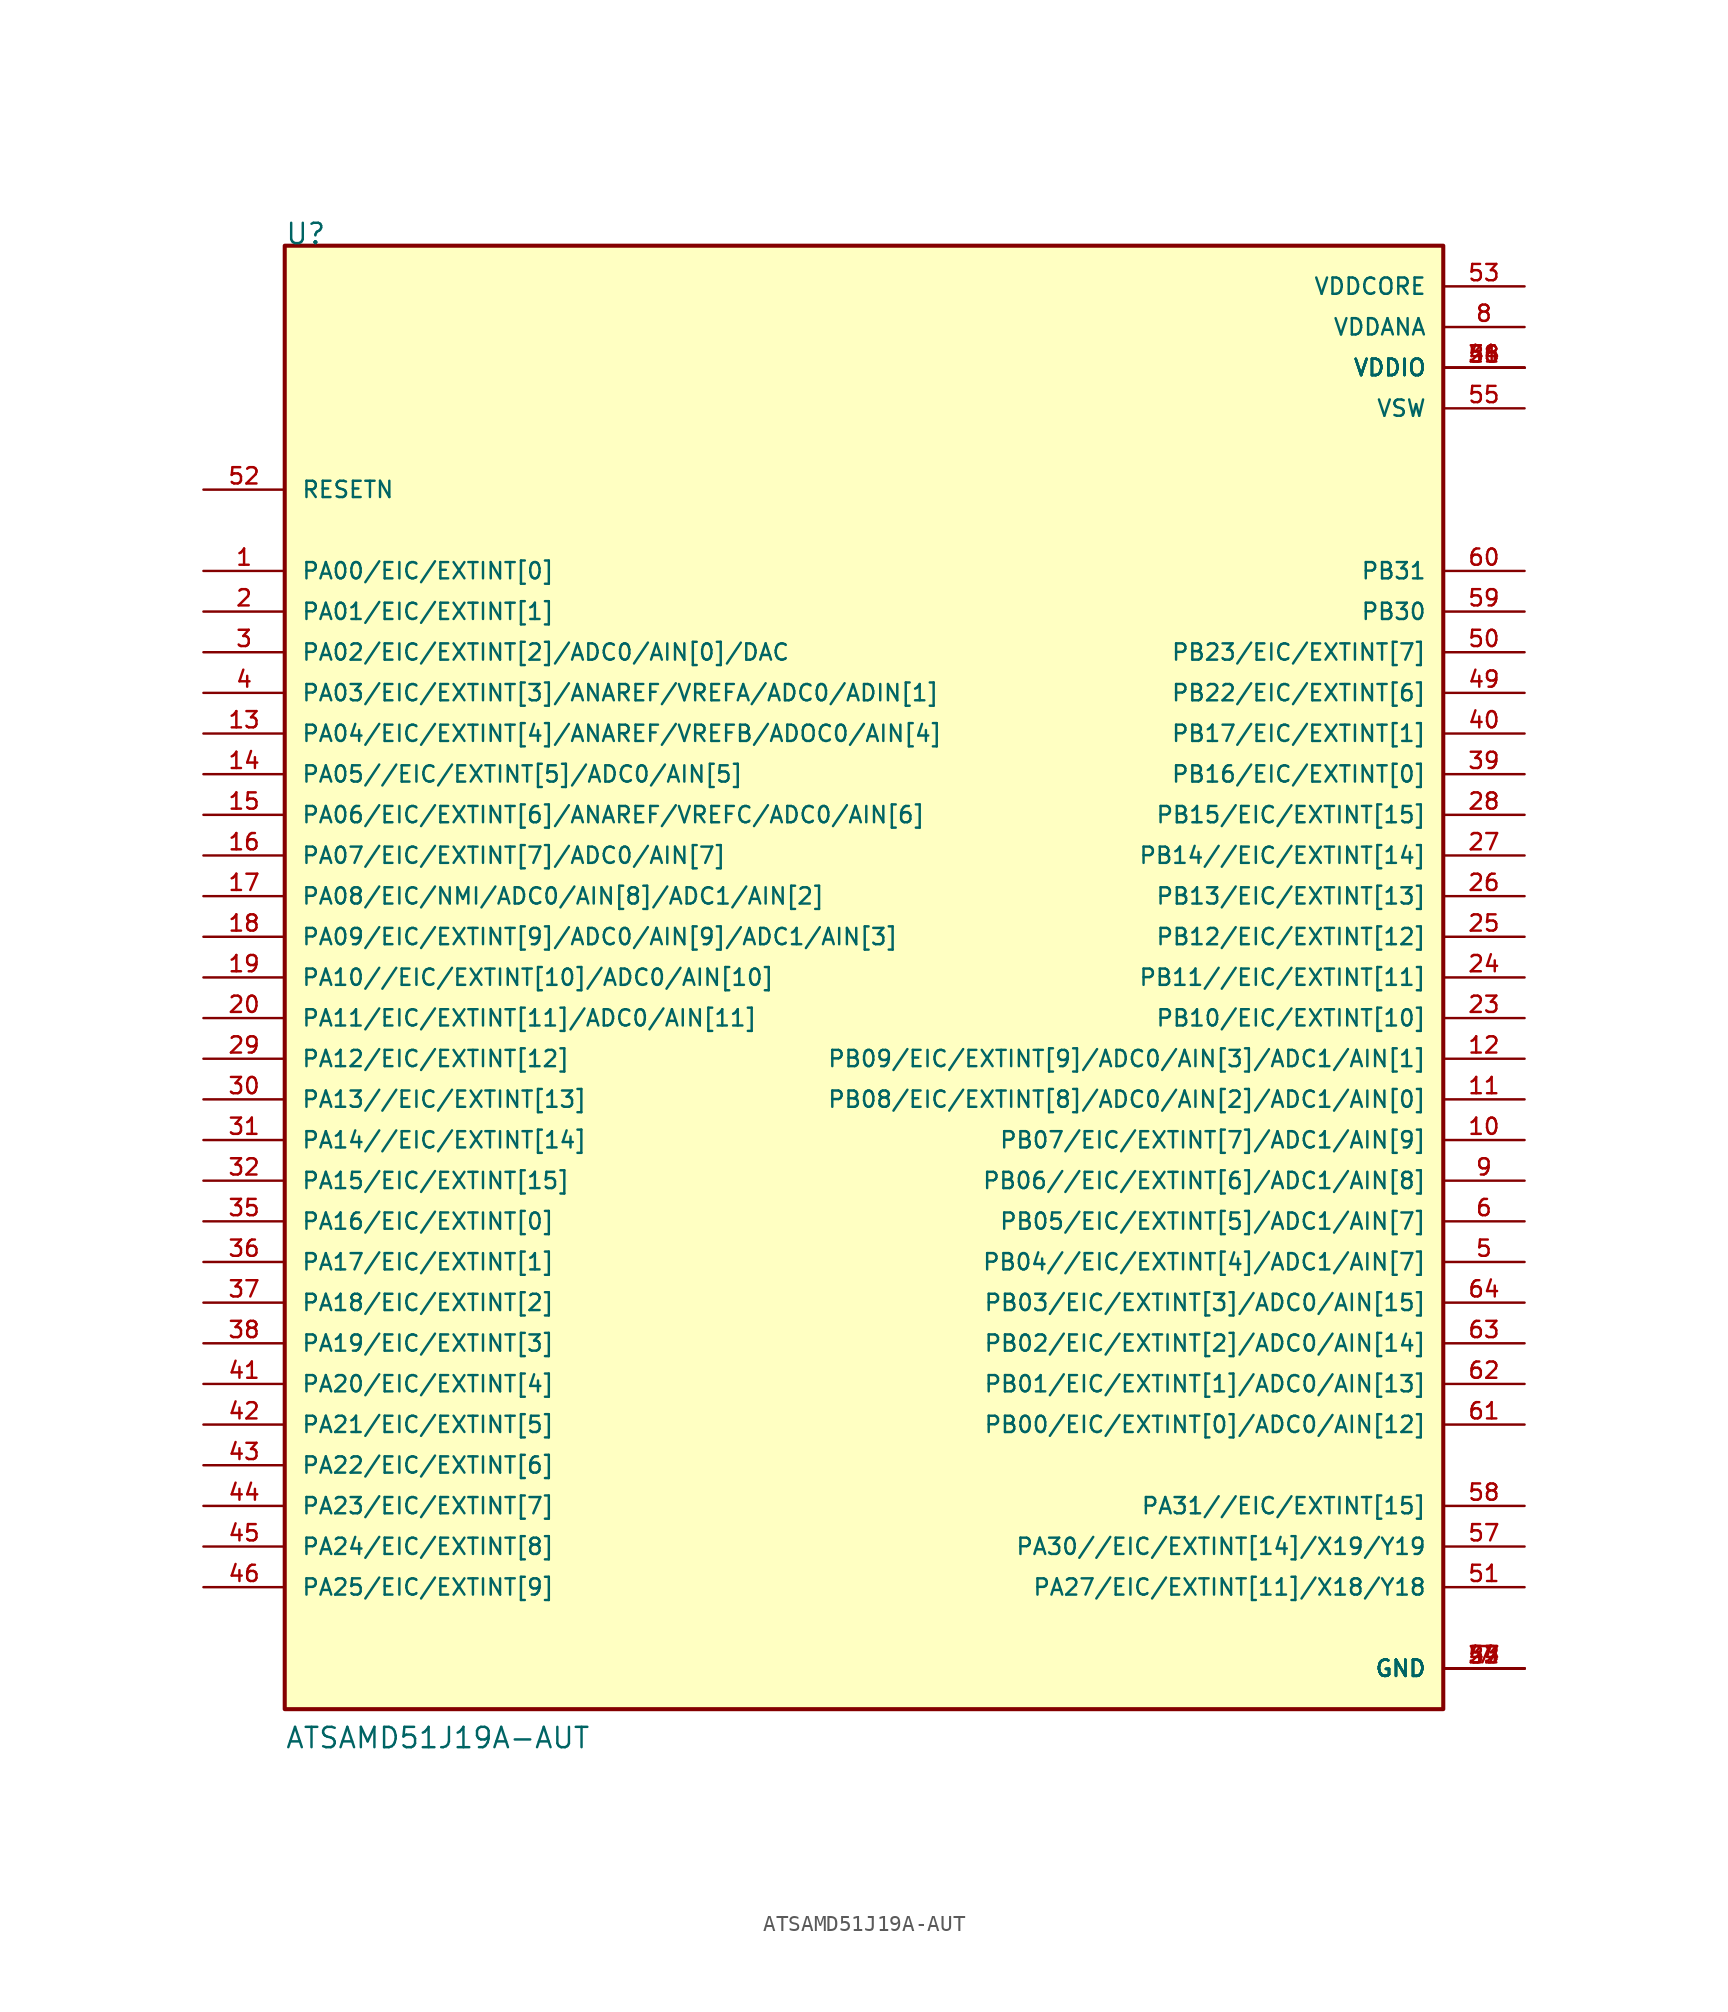
<source format=kicad_sym>
(kicad_symbol_lib
  (version 20211014)
  (generator kicad_symbol_editor)
  (symbol "ATSAMD51J19A-AUT"
    (pin_names
      (offset 1.016))
    (property "Reference" "U"
      (at -43.18 45.72 0)
      (effects (font (size 1.27 1.27)) (justify left bottom)))
    (property "Value" "ATSAMD51J19A-AUT"
      (at -43.18 -48.26 0)
      (effects (font (size 1.27 1.27)) (justify left bottom)))
    (symbol "ATSAMD51J19A-AUT_0_0"
      (rectangle (start -43.18 -45.72) (end 29.21 45.72) (stroke (width 0.254) (type default) (color 0 0 0 0)) (fill (type background)))
      (pin bidirectional line (at -48.26 25.4 0) (length 5.08) (name "PA00/EIC/EXTINT[0]" (effects (font (size 1.016 1.016)))) (number "1" (effects (font (size 1.016 1.016)))))
      (pin bidirectional line (at 34.29 -10.16 180) (length 5.08) (name "PB07/EIC/EXTINT[7]/ADC1/AIN[9]" (effects (font (size 1.016 1.016)))) (number "10" (effects (font (size 1.016 1.016)))))
      (pin bidirectional line (at 34.29 -7.62 180) (length 5.08) (name "PB08/EIC/EXTINT[8]/ADC0/AIN[2]/ADC1/AIN[0]" (effects (font (size 1.016 1.016)))) (number "11" (effects (font (size 1.016 1.016)))))
      (pin bidirectional line (at 34.29 -5.08 180) (length 5.08) (name "PB09/EIC/EXTINT[9]/ADC0/AIN[3]/ADC1/AIN[1]" (effects (font (size 1.016 1.016)))) (number "12" (effects (font (size 1.016 1.016)))))
      (pin bidirectional line (at -48.26 15.24 0) (length 5.08) (name "PA04/EIC/EXTINT[4]/ANAREF/VREFB/ADOC0/AIN[4]" (effects (font (size 1.016 1.016)))) (number "13" (effects (font (size 1.016 1.016)))))
      (pin bidirectional line (at -48.26 12.7 0) (length 5.08) (name "PA05//EIC/EXTINT[5]/ADC0/AIN[5]" (effects (font (size 1.016 1.016)))) (number "14" (effects (font (size 1.016 1.016)))))
      (pin bidirectional line (at -48.26 10.16 0) (length 5.08) (name "PA06/EIC/EXTINT[6]/ANAREF/VREFC/ADC0/AIN[6]" (effects (font (size 1.016 1.016)))) (number "15" (effects (font (size 1.016 1.016)))))
      (pin bidirectional line (at -48.26 7.62 0) (length 5.08) (name "PA07/EIC/EXTINT[7]/ADC0/AIN[7]" (effects (font (size 1.016 1.016)))) (number "16" (effects (font (size 1.016 1.016)))))
      (pin bidirectional line (at -48.26 5.08 0) (length 5.08) (name "PA08/EIC/NMI/ADC0/AIN[8]/ADC1/AIN[2]" (effects (font (size 1.016 1.016)))) (number "17" (effects (font (size 1.016 1.016)))))
      (pin bidirectional line (at -48.26 2.54 0) (length 5.08) (name "PA09/EIC/EXTINT[9]/ADC0/AIN[9]/ADC1/AIN[3]" (effects (font (size 1.016 1.016)))) (number "18" (effects (font (size 1.016 1.016)))))
      (pin bidirectional line (at -48.26 0 0) (length 5.08) (name "PA10//EIC/EXTINT[10]/ADC0/AIN[10]" (effects (font (size 1.016 1.016)))) (number "19" (effects (font (size 1.016 1.016)))))
      (pin bidirectional line (at -48.26 22.86 0) (length 5.08) (name "PA01/EIC/EXTINT[1]" (effects (font (size 1.016 1.016)))) (number "2" (effects (font (size 1.016 1.016)))))
      (pin bidirectional line (at -48.26 -2.54 0) (length 5.08) (name "PA11/EIC/EXTINT[11]/ADC0/AIN[11]" (effects (font (size 1.016 1.016)))) (number "20" (effects (font (size 1.016 1.016)))))
      (pin power_in line (at 34.29 38.1 180) (length 5.08) (name "VDDIO" (effects (font (size 1.016 1.016)))) (number "21" (effects (font (size 1.016 1.016)))))
      (pin power_in line (at 34.29 -43.18 180) (length 5.08) (name "GND" (effects (font (size 1.016 1.016)))) (number "22" (effects (font (size 1.016 1.016)))))
      (pin bidirectional line (at 34.29 -2.54 180) (length 5.08) (name "PB10/EIC/EXTINT[10]" (effects (font (size 1.016 1.016)))) (number "23" (effects (font (size 1.016 1.016)))))
      (pin bidirectional line (at 34.29 0 180) (length 5.08) (name "PB11//EIC/EXTINT[11]" (effects (font (size 1.016 1.016)))) (number "24" (effects (font (size 1.016 1.016)))))
      (pin bidirectional line (at 34.29 2.54 180) (length 5.08) (name "PB12/EIC/EXTINT[12]" (effects (font (size 1.016 1.016)))) (number "25" (effects (font (size 1.016 1.016)))))
      (pin bidirectional line (at 34.29 5.08 180) (length 5.08) (name "PB13/EIC/EXTINT[13]" (effects (font (size 1.016 1.016)))) (number "26" (effects (font (size 1.016 1.016)))))
      (pin bidirectional line (at 34.29 7.62 180) (length 5.08) (name "PB14//EIC/EXTINT[14]" (effects (font (size 1.016 1.016)))) (number "27" (effects (font (size 1.016 1.016)))))
      (pin bidirectional line (at 34.29 10.16 180) (length 5.08) (name "PB15/EIC/EXTINT[15]" (effects (font (size 1.016 1.016)))) (number "28" (effects (font (size 1.016 1.016)))))
      (pin bidirectional line (at -48.26 -5.08 0) (length 5.08) (name "PA12/EIC/EXTINT[12]" (effects (font (size 1.016 1.016)))) (number "29" (effects (font (size 1.016 1.016)))))
      (pin bidirectional line (at -48.26 20.32 0) (length 5.08) (name "PA02/EIC/EXTINT[2]/ADC0/AIN[0]/DAC" (effects (font (size 1.016 1.016)))) (number "3" (effects (font (size 1.016 1.016)))))
      (pin bidirectional line (at -48.26 -7.62 0) (length 5.08) (name "PA13//EIC/EXTINT[13]" (effects (font (size 1.016 1.016)))) (number "30" (effects (font (size 1.016 1.016)))))
      (pin bidirectional line (at -48.26 -10.16 0) (length 5.08) (name "PA14//EIC/EXTINT[14]" (effects (font (size 1.016 1.016)))) (number "31" (effects (font (size 1.016 1.016)))))
      (pin bidirectional line (at -48.26 -12.7 0) (length 5.08) (name "PA15/EIC/EXTINT[15]" (effects (font (size 1.016 1.016)))) (number "32" (effects (font (size 1.016 1.016)))))
      (pin power_in line (at 34.29 -43.18 180) (length 5.08) (name "GND" (effects (font (size 1.016 1.016)))) (number "33" (effects (font (size 1.016 1.016)))))
      (pin power_in line (at 34.29 38.1 180) (length 5.08) (name "VDDIO" (effects (font (size 1.016 1.016)))) (number "34" (effects (font (size 1.016 1.016)))))
      (pin bidirectional line (at -48.26 -15.24 0) (length 5.08) (name "PA16/EIC/EXTINT[0]" (effects (font (size 1.016 1.016)))) (number "35" (effects (font (size 1.016 1.016)))))
      (pin bidirectional line (at -48.26 -17.78 0) (length 5.08) (name "PA17/EIC/EXTINT[1]" (effects (font (size 1.016 1.016)))) (number "36" (effects (font (size 1.016 1.016)))))
      (pin bidirectional line (at -48.26 -20.32 0) (length 5.08) (name "PA18/EIC/EXTINT[2]" (effects (font (size 1.016 1.016)))) (number "37" (effects (font (size 1.016 1.016)))))
      (pin bidirectional line (at -48.26 -22.86 0) (length 5.08) (name "PA19/EIC/EXTINT[3]" (effects (font (size 1.016 1.016)))) (number "38" (effects (font (size 1.016 1.016)))))
      (pin bidirectional line (at 34.29 12.7 180) (length 5.08) (name "PB16/EIC/EXTINT[0]" (effects (font (size 1.016 1.016)))) (number "39" (effects (font (size 1.016 1.016)))))
      (pin bidirectional line (at -48.26 17.78 0) (length 5.08) (name "PA03/EIC/EXTINT[3]/ANAREF/VREFA/ADC0/ADIN[1]" (effects (font (size 1.016 1.016)))) (number "4" (effects (font (size 1.016 1.016)))))
      (pin bidirectional line (at 34.29 15.24 180) (length 5.08) (name "PB17/EIC/EXTINT[1]" (effects (font (size 1.016 1.016)))) (number "40" (effects (font (size 1.016 1.016)))))
      (pin bidirectional line (at -48.26 -25.4 0) (length 5.08) (name "PA20/EIC/EXTINT[4]" (effects (font (size 1.016 1.016)))) (number "41" (effects (font (size 1.016 1.016)))))
      (pin bidirectional line (at -48.26 -27.94 0) (length 5.08) (name "PA21/EIC/EXTINT[5]" (effects (font (size 1.016 1.016)))) (number "42" (effects (font (size 1.016 1.016)))))
      (pin bidirectional line (at -48.26 -30.48 0) (length 5.08) (name "PA22/EIC/EXTINT[6]" (effects (font (size 1.016 1.016)))) (number "43" (effects (font (size 1.016 1.016)))))
      (pin bidirectional line (at -48.26 -33.02 0) (length 5.08) (name "PA23/EIC/EXTINT[7]" (effects (font (size 1.016 1.016)))) (number "44" (effects (font (size 1.016 1.016)))))
      (pin bidirectional line (at -48.26 -35.56 0) (length 5.08) (name "PA24/EIC/EXTINT[8]" (effects (font (size 1.016 1.016)))) (number "45" (effects (font (size 1.016 1.016)))))
      (pin bidirectional line (at -48.26 -38.1 0) (length 5.08) (name "PA25/EIC/EXTINT[9]" (effects (font (size 1.016 1.016)))) (number "46" (effects (font (size 1.016 1.016)))))
      (pin power_in line (at 34.29 -43.18 180) (length 5.08) (name "GND" (effects (font (size 1.016 1.016)))) (number "47" (effects (font (size 1.016 1.016)))))
      (pin power_in line (at 34.29 38.1 180) (length 5.08) (name "VDDIO" (effects (font (size 1.016 1.016)))) (number "48" (effects (font (size 1.016 1.016)))))
      (pin bidirectional line (at 34.29 17.78 180) (length 5.08) (name "PB22/EIC/EXTINT[6]" (effects (font (size 1.016 1.016)))) (number "49" (effects (font (size 1.016 1.016)))))
      (pin bidirectional line (at 34.29 -17.78 180) (length 5.08) (name "PB04//EIC/EXTINT[4]/ADC1/AIN[7]" (effects (font (size 1.016 1.016)))) (number "5" (effects (font (size 1.016 1.016)))))
      (pin bidirectional line (at 34.29 20.32 180) (length 5.08) (name "PB23/EIC/EXTINT[7]" (effects (font (size 1.016 1.016)))) (number "50" (effects (font (size 1.016 1.016)))))
      (pin bidirectional line (at 34.29 -38.1 180) (length 5.08) (name "PA27/EIC/EXTINT[11]/X18/Y18" (effects (font (size 1.016 1.016)))) (number "51" (effects (font (size 1.016 1.016)))))
      (pin input line (at -48.26 30.48 0) (length 5.08) (name "RESETN" (effects (font (size 1.016 1.016)))) (number "52" (effects (font (size 1.016 1.016)))))
      (pin power_in line (at 34.29 43.18 180) (length 5.08) (name "VDDCORE" (effects (font (size 1.016 1.016)))) (number "53" (effects (font (size 1.016 1.016)))))
      (pin power_in line (at 34.29 -43.18 180) (length 5.08) (name "GND" (effects (font (size 1.016 1.016)))) (number "54" (effects (font (size 1.016 1.016)))))
      (pin power_in line (at 34.29 35.56 180) (length 5.08) (name "VSW" (effects (font (size 1.016 1.016)))) (number "55" (effects (font (size 1.016 1.016)))))
      (pin power_in line (at 34.29 38.1 180) (length 5.08) (name "VDDIO" (effects (font (size 1.016 1.016)))) (number "56" (effects (font (size 1.016 1.016)))))
      (pin bidirectional line (at 34.29 -35.56 180) (length 5.08) (name "PA30//EIC/EXTINT[14]/X19/Y19" (effects (font (size 1.016 1.016)))) (number "57" (effects (font (size 1.016 1.016)))))
      (pin bidirectional line (at 34.29 -33.02 180) (length 5.08) (name "PA31//EIC/EXTINT[15]" (effects (font (size 1.016 1.016)))) (number "58" (effects (font (size 1.016 1.016)))))
      (pin bidirectional line (at 34.29 22.86 180) (length 5.08) (name "PB30" (effects (font (size 1.016 1.016)))) (number "59" (effects (font (size 1.016 1.016)))))
      (pin bidirectional line (at 34.29 -15.24 180) (length 5.08) (name "PB05/EIC/EXTINT[5]/ADC1/AIN[7]" (effects (font (size 1.016 1.016)))) (number "6" (effects (font (size 1.016 1.016)))))
      (pin bidirectional line (at 34.29 25.4 180) (length 5.08) (name "PB31" (effects (font (size 1.016 1.016)))) (number "60" (effects (font (size 1.016 1.016)))))
      (pin bidirectional line (at 34.29 -27.94 180) (length 5.08) (name "PB00/EIC/EXTINT[0]/ADC0/AIN[12]" (effects (font (size 1.016 1.016)))) (number "61" (effects (font (size 1.016 1.016)))))
      (pin bidirectional line (at 34.29 -25.4 180) (length 5.08) (name "PB01/EIC/EXTINT[1]/ADC0/AIN[13]" (effects (font (size 1.016 1.016)))) (number "62" (effects (font (size 1.016 1.016)))))
      (pin bidirectional line (at 34.29 -22.86 180) (length 5.08) (name "PB02/EIC/EXTINT[2]/ADC0/AIN[14]" (effects (font (size 1.016 1.016)))) (number "63" (effects (font (size 1.016 1.016)))))
      (pin bidirectional line (at 34.29 -20.32 180) (length 5.08) (name "PB03/EIC/EXTINT[3]/ADC0/AIN[15]" (effects (font (size 1.016 1.016)))) (number "64" (effects (font (size 1.016 1.016)))))
      (pin power_in line (at 34.29 -43.18 180) (length 5.08) (name "GND" (effects (font (size 1.016 1.016)))) (number "7" (effects (font (size 1.016 1.016)))))
      (pin power_in line (at 34.29 40.64 180) (length 5.08) (name "VDDANA" (effects (font (size 1.016 1.016)))) (number "8" (effects (font (size 1.016 1.016)))))
      (pin bidirectional line (at 34.29 -12.7 180) (length 5.08) (name "PB06//EIC/EXTINT[6]/ADC1/AIN[8]" (effects (font (size 1.016 1.016)))) (number "9" (effects (font (size 1.016 1.016))))))))
</source>
